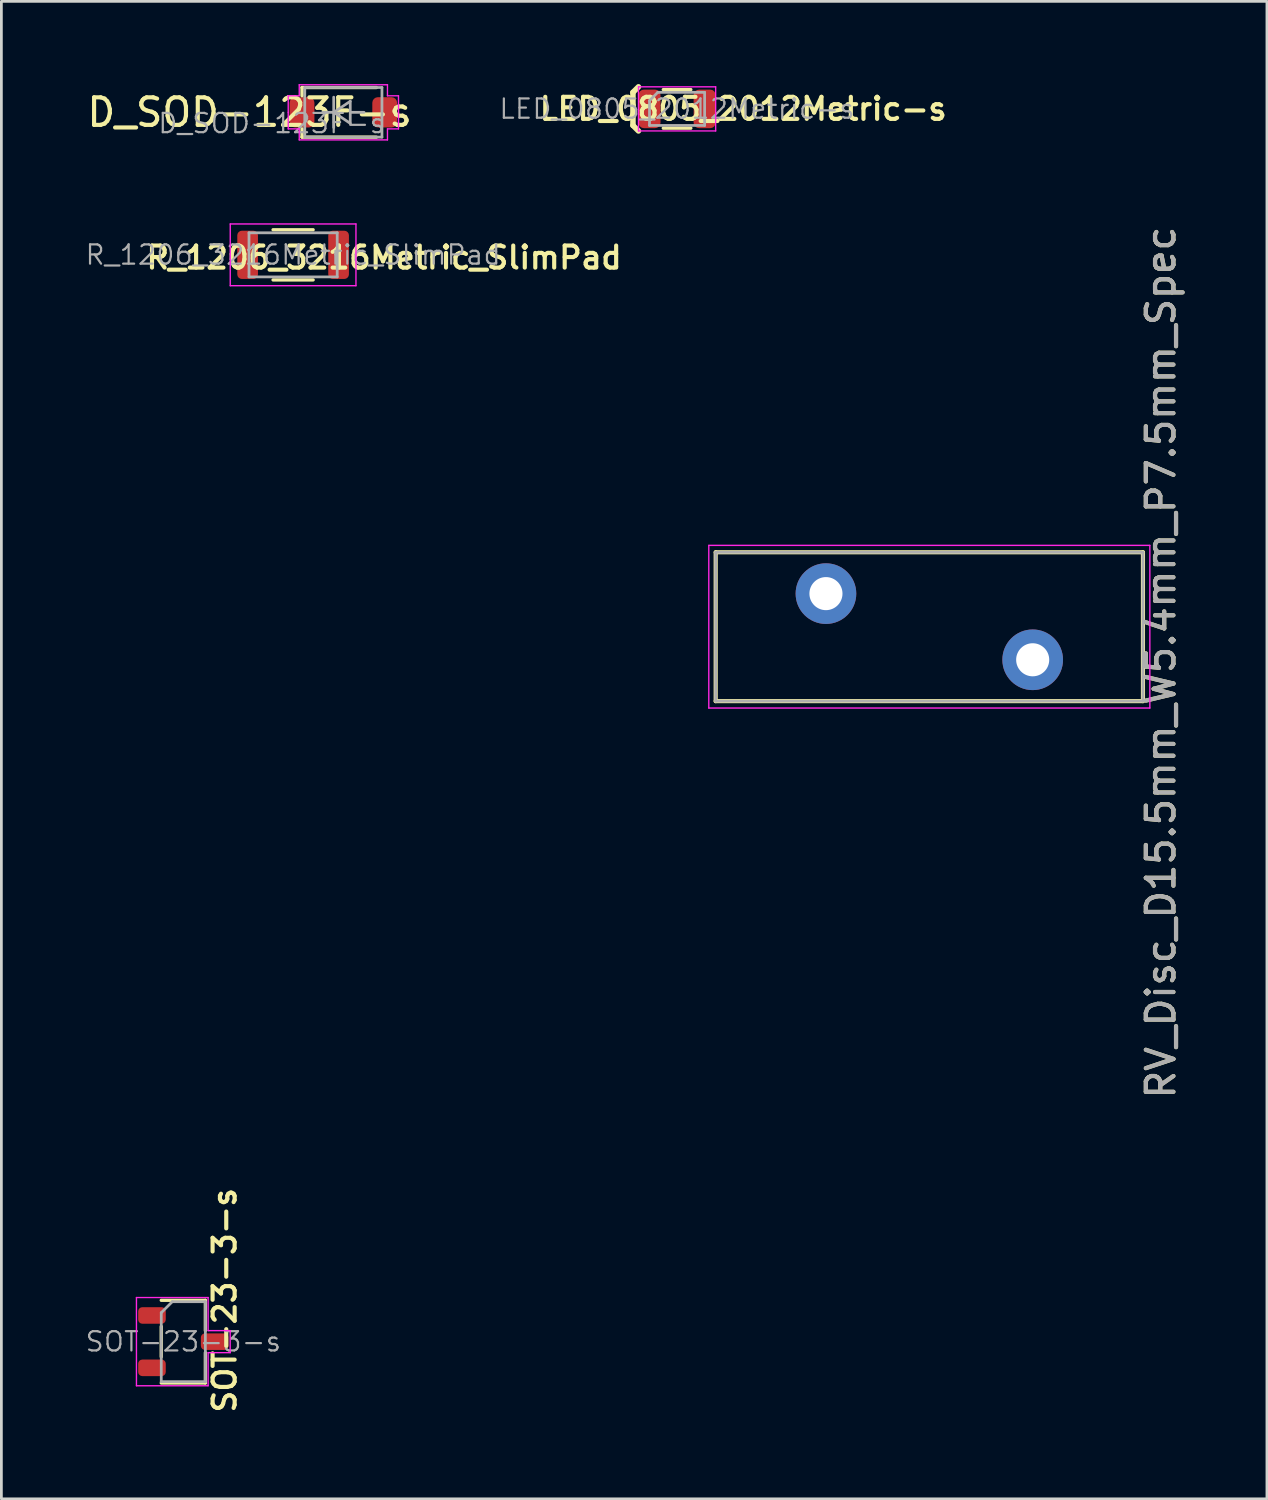
<source format=kicad_pcb>
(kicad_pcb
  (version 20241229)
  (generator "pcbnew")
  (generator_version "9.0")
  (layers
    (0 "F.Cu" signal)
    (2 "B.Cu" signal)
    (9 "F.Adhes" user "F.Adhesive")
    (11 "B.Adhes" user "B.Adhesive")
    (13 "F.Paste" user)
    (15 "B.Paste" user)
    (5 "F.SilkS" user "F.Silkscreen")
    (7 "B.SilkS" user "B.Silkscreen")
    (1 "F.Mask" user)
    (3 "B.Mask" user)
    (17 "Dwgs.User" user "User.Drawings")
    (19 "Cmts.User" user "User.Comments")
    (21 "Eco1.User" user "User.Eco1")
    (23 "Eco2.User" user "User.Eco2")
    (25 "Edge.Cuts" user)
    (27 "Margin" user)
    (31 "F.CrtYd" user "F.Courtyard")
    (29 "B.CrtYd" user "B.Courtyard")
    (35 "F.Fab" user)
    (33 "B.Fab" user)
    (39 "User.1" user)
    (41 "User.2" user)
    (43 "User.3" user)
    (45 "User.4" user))
  (footprint "D_SOD-123F-s"
    (layer "F.Cu")
    (at 9.406 1.025)
    (property "Reference" "D_SOD-123F-s" (at -3.4 0 0) (layer "F.SilkS") (effects (font (size 1 1) (thickness 0.15))))
    (attr smd)
    (fp_line (start -1.5 -0.9) (end -1.5 -0.6) (stroke (width 0.12) (type solid)) (layer "F.SilkS"))
    (fp_line (start -1.5 -0.9) (end 1.2 -0.9) (stroke (width 0.12) (type solid)) (layer "F.SilkS"))
    (fp_line (start -1.5 0.6) (end -1.5 0.9) (stroke (width 0.12) (type solid)) (layer "F.SilkS"))
    (fp_line (start -1.5 0.9) (end 1.2 0.9) (stroke (width 0.12) (type solid)) (layer "F.SilkS"))
    (fp_line (start -2 -0.6) (end -2 0) (stroke (width 0.05) (type solid)) (layer "F.CrtYd"))
    (fp_line (start -2 -0.6) (end -1.6 -0.6) (stroke (width 0.05) (type solid)) (layer "F.CrtYd"))
    (fp_line (start -2 0.6) (end -2 0) (stroke (width 0.05) (type solid)) (layer "F.CrtYd"))
    (fp_line (start -2 0.6) (end -1.6 0.6) (stroke (width 0.05) (type solid)) (layer "F.CrtYd"))
    (fp_line (start -1.6 -1) (end -1.6 -0.6) (stroke (width 0.05) (type solid)) (layer "F.CrtYd"))
    (fp_line (start -1.6 -1) (end 1.6 -1) (stroke (width 0.05) (type solid)) (layer "F.CrtYd"))
    (fp_line (start -1.6 1) (end -1.6 0.6) (stroke (width 0.05) (type solid)) (layer "F.CrtYd"))
    (fp_line (start -1.6 1) (end 1.6 1) (stroke (width 0.05) (type solid)) (layer "F.CrtYd"))
    (fp_line (start 1.6 -1) (end 1.6 -0.6) (stroke (width 0.05) (type solid)) (layer "F.CrtYd"))
    (fp_line (start 1.6 0.6) (end 1.6 1) (stroke (width 0.05) (type solid)) (layer "F.CrtYd"))
    (fp_line (start 2 -0.6) (end 1.6 -0.6) (stroke (width 0.05) (type solid)) (layer "F.CrtYd"))
    (fp_line (start 2 -0.6) (end 2 0) (stroke (width 0.05) (type solid)) (layer "F.CrtYd"))
    (fp_line (start 2 0.6) (end 1.6 0.6) (stroke (width 0.05) (type solid)) (layer "F.CrtYd"))
    (fp_line (start 2 0.6) (end 2 0) (stroke (width 0.05) (type solid)) (layer "F.CrtYd"))
    (fp_line (start -1.4 -0.9) (end 1.4 -0.9) (stroke (width 0.1) (type solid)) (layer "F.Fab"))
    (fp_line (start -1.4 0.9) (end -1.4 -0.9) (stroke (width 0.1) (type solid)) (layer "F.Fab"))
    (fp_line (start -0.75 0) (end -0.35 0) (stroke (width 0.1) (type solid)) (layer "F.Fab"))
    (fp_line (start -0.35 0) (end -0.35 -0.55) (stroke (width 0.1) (type solid)) (layer "F.Fab"))
    (fp_line (start -0.35 0) (end -0.35 0.55) (stroke (width 0.1) (type solid)) (layer "F.Fab"))
    (fp_line (start -0.35 0) (end 0.25 -0.4) (stroke (width 0.1) (type solid)) (layer "F.Fab"))
    (fp_line (start 0.25 -0.4) (end 0.25 0.4) (stroke (width 0.1) (type solid)) (layer "F.Fab"))
    (fp_line (start 0.25 0) (end 0.75 0) (stroke (width 0.1) (type solid)) (layer "F.Fab"))
    (fp_line (start 0.25 0.4) (end -0.35 0) (stroke (width 0.1) (type solid)) (layer "F.Fab"))
    (fp_line (start 1.4 -0.9) (end 1.4 0.9) (stroke (width 0.1) (type solid)) (layer "F.Fab"))
    (fp_line (start 1.4 0.9) (end -1.4 0.9) (stroke (width 0.1) (type solid)) (layer "F.Fab"))
    (fp_text user "${REFERENCE}" (at -2.6 0.4 0) (layer "F.Fab") (effects (font (size 0.7 0.7) (thickness 0.08))))
    (pad "1" smd roundrect (at -1.5 0 180) (size 0.9 1.1) (layers "F.Cu" "F.Mask" "F.Paste") (roundrect_rratio 0.227))
    (pad "2" smd roundrect (at 1.5 0 180) (size 0.9 1.1) (layers "F.Cu" "F.Mask" "F.Paste") (roundrect_rratio 0.227)))
  (footprint "SOT-23-3-s"
    (layer "F.Cu")
    (at 3.6 45.621)
    (property "Reference" "SOT-23-3-s" (at 1.5 -1.5 90) (layer "F.SilkS") (effects (font (size 0.8 0.8) (thickness 0.15))))
    (attr smd)
    (fp_line (start -0.8 -1.5) (end 0.8 -1.5) (stroke (width 0.12) (type solid)) (layer "F.SilkS"))
    (fp_line (start -0.8 0.55) (end -0.8 -0.55) (stroke (width 0.12) (type solid)) (layer "F.SilkS"))
    (fp_line (start -0.8 1.5) (end 0.8 1.5) (stroke (width 0.12) (type solid)) (layer "F.SilkS"))
    (fp_line (start 0.8 -0.4) (end 0.8 -1.5) (stroke (width 0.12) (type solid)) (layer "F.SilkS"))
    (fp_line (start 0.8 1.5) (end 0.8 0.4) (stroke (width 0.12) (type solid)) (layer "F.SilkS"))
    (fp_line (start -1.7 -1.6) (end -1.7 1.6) (stroke (width 0.05) (type solid)) (layer "F.CrtYd"))
    (fp_line (start -1.7 1.6) (end 0.9 1.6) (stroke (width 0.05) (type solid)) (layer "F.CrtYd"))
    (fp_line (start 0.9 -1.6) (end -1.7 -1.6) (stroke (width 0.05) (type solid)) (layer "F.CrtYd"))
    (fp_line (start 0.9 -0.4) (end 0.9 -1.6) (stroke (width 0.05) (type solid)) (layer "F.CrtYd"))
    (fp_line (start 0.9 0.4) (end 1.7 0.4) (stroke (width 0.05) (type solid)) (layer "F.CrtYd"))
    (fp_line (start 0.9 1.6) (end 0.9 0.4) (stroke (width 0.05) (type solid)) (layer "F.CrtYd"))
    (fp_line (start 1.7 -0.4) (end 0.9 -0.4) (stroke (width 0.05) (type solid)) (layer "F.CrtYd"))
    (fp_line (start 1.7 0.4) (end 1.7 -0.4) (stroke (width 0.05) (type solid)) (layer "F.CrtYd"))
    (fp_line (start -0.8 -1.05) (end -0.4 -1.45) (stroke (width 0.1) (type solid)) (layer "F.Fab"))
    (fp_line (start -0.8 1.45) (end -0.8 -1.05) (stroke (width 0.1) (type solid)) (layer "F.Fab"))
    (fp_line (start -0.4 -1.45) (end 0.8 -1.45) (stroke (width 0.1) (type solid)) (layer "F.Fab"))
    (fp_line (start 0.8 -1.45) (end 0.8 1.45) (stroke (width 0.1) (type solid)) (layer "F.Fab"))
    (fp_line (start 0.8 1.45) (end -0.8 1.45) (stroke (width 0.1) (type solid)) (layer "F.Fab"))
    (fp_text user "${REFERENCE}" (at 0 0 0) (layer "F.Fab") (effects (font (size 0.7 0.7) (thickness 0.08))))
    (pad "1" smd roundrect (at -1.137 -0.95 180) (size 1 0.6) (layers "F.Cu" "F.Mask" "F.Paste") (roundrect_rratio 0.25))
    (pad "2" smd roundrect (at -1.137 0.95 180) (size 1 0.6) (layers "F.Cu" "F.Mask" "F.Paste") (roundrect_rratio 0.25))
    (pad "3" smd roundrect (at 1.137 0 180) (size 1 0.6) (layers "F.Cu" "F.Mask" "F.Paste") (roundrect_rratio 0.25)))
  (footprint "LED_0805_2012Metric-s"
    (layer "F.Cu")
    (at 21.512 0.9)
    (property "Reference" "LED_0805_2012Metric-s" (at 2.4 0 0) (layer "F.SilkS") (effects (font (size 0.8 0.8) (thickness 0.15))))
    (attr smd)
    (fp_line (start -1.6 -0.6) (end -1.6 0.6) (stroke (width 0.2) (type solid)) (layer "F.SilkS"))
    (fp_line (start -1.6 -0.6) (end -1.4 -0.8) (stroke (width 0.2) (type solid)) (layer "F.SilkS"))
    (fp_line (start -1.4 0.8) (end -1.6 0.6) (stroke (width 0.2) (type solid)) (layer "F.SilkS"))
    (fp_line (start -0.5 0.7) (end 0.5 0.7) (stroke (width 0.12) (type solid)) (layer "F.SilkS"))
    (fp_line (start 0.5 -0.7) (end -0.5 -0.7) (stroke (width 0.12) (type solid)) (layer "F.SilkS"))
    (fp_line (start -1.4 -0.8) (end 1.4 -0.8) (stroke (width 0.05) (type solid)) (layer "F.CrtYd"))
    (fp_line (start -1.4 0.8) (end -1.4 -0.8) (stroke (width 0.05) (type solid)) (layer "F.CrtYd"))
    (fp_line (start 1.4 -0.8) (end 1.4 0.8) (stroke (width 0.05) (type solid)) (layer "F.CrtYd"))
    (fp_line (start 1.4 0.8) (end -1.4 0.8) (stroke (width 0.05) (type solid)) (layer "F.CrtYd"))
    (fp_line (start -1 -0.3) (end -1 0.6) (stroke (width 0.1) (type solid)) (layer "F.Fab"))
    (fp_line (start -1 0.6) (end 1 0.6) (stroke (width 0.1) (type solid)) (layer "F.Fab"))
    (fp_line (start -0.7 -0.6) (end -1 -0.3) (stroke (width 0.1) (type solid)) (layer "F.Fab"))
    (fp_line (start 1 -0.6) (end -0.7 -0.6) (stroke (width 0.1) (type solid)) (layer "F.Fab"))
    (fp_line (start 1 0.6) (end 1 -0.6) (stroke (width 0.1) (type solid)) (layer "F.Fab"))
    (fp_text user "${REFERENCE}" (at 0 0 0) (layer "F.Fab") (effects (font (size 0.7 0.7) (thickness 0.08))))
    (pad "1" smd roundrect (at -1 0 180) (size 0.8 1.4) (layers "F.Cu" "F.Mask" "F.Paste") (roundrect_rratio 0.25))
    (pad "2" smd roundrect (at 1 0 180) (size 0.8 1.4) (layers "F.Cu" "F.Mask" "F.Paste") (roundrect_rratio 0.25)))
  (footprint "R_1206_3216Metric_SlimPad"
    (layer "F.Cu")
    (at 7.583 6.195)
    (property "Reference" "R_1206_3216Metric_SlimPad" (at 3.3 0.1 0) (layer "F.SilkS") (effects (font (size 0.8 0.8) (thickness 0.15))))
    (attr smd)
    (fp_line (start -0.727 -0.91) (end 0.727 -0.91) (stroke (width 0.12) (type solid)) (layer "F.SilkS"))
    (fp_line (start -0.727 0.91) (end 0.727 0.91) (stroke (width 0.12) (type solid)) (layer "F.SilkS"))
    (fp_line (start -2.28 -1.12) (end 2.28 -1.12) (stroke (width 0.05) (type solid)) (layer "F.CrtYd"))
    (fp_line (start -2.28 1.12) (end -2.28 -1.12) (stroke (width 0.05) (type solid)) (layer "F.CrtYd"))
    (fp_line (start 2.28 -1.12) (end 2.28 1.12) (stroke (width 0.05) (type solid)) (layer "F.CrtYd"))
    (fp_line (start 2.28 1.12) (end -2.28 1.12) (stroke (width 0.05) (type solid)) (layer "F.CrtYd"))
    (fp_line (start -1.6 -0.8) (end 1.6 -0.8) (stroke (width 0.1) (type solid)) (layer "F.Fab"))
    (fp_line (start -1.6 0.8) (end -1.6 -0.8) (stroke (width 0.1) (type solid)) (layer "F.Fab"))
    (fp_line (start 1.6 -0.8) (end 1.6 0.8) (stroke (width 0.1) (type solid)) (layer "F.Fab"))
    (fp_line (start 1.6 0.8) (end -1.6 0.8) (stroke (width 0.1) (type solid)) (layer "F.Fab"))
    (fp_text user "${REFERENCE}" (at 0 0 0) (layer "F.Fab") (effects (font (size 0.7 0.7) (thickness 0.08))))
    (pad "1" smd roundrect (at -1.65 0 180) (size 0.75 1.75) (layers "F.Cu" "F.Mask" "F.Paste") (roundrect_rratio 0.222))
    (pad "2" smd roundrect (at 1.65 0 180) (size 0.75 1.75) (layers "F.Cu" "F.Mask" "F.Paste") (roundrect_rratio 0.222)))
  (footprint "RV_Disc_D15.5mm_W5.4mm_P7.5mm_Spec"
    (layer "F.Cu")
    (at 26.913 18.485)
    (property "Reference" "RV_Disc_D15.5mm_W5.4mm_P7.5mm_Spec" (at 12.15 2.5 270) (layer "F.SilkS") (effects (font (size 1 1) (thickness 0.15))))
    (attr through_hole)
    (fp_line (start -4 -1.5) (end -4 3.9) (stroke (width 0.15) (type solid)) (layer "F.SilkS"))
    (fp_line (start -4 -1.5) (end 11.5 -1.5) (stroke (width 0.15) (type solid)) (layer "F.SilkS"))
    (fp_line (start -4 3.9) (end 11.5 3.9) (stroke (width 0.15) (type solid)) (layer "F.SilkS"))
    (fp_line (start 11.5 -1.5) (end 11.5 3.9) (stroke (width 0.15) (type solid)) (layer "F.SilkS"))
    (fp_line (start -4.25 -1.75) (end -4.25 4.15) (stroke (width 0.05) (type solid)) (layer "F.CrtYd"))
    (fp_line (start -4.25 -1.75) (end 11.75 -1.75) (stroke (width 0.05) (type solid)) (layer "F.CrtYd"))
    (fp_line (start -4.25 4.15) (end 11.75 4.15) (stroke (width 0.05) (type solid)) (layer "F.CrtYd"))
    (fp_line (start 11.75 -1.75) (end 11.75 4.15) (stroke (width 0.05) (type solid)) (layer "F.CrtYd"))
    (fp_line (start -4 -1.5) (end -4 3.9) (stroke (width 0.1) (type solid)) (layer "F.Fab"))
    (fp_line (start -4 -1.5) (end 11.5 -1.5) (stroke (width 0.1) (type solid)) (layer "F.Fab"))
    (fp_line (start -4 3.9) (end 11.5 3.9) (stroke (width 0.1) (type solid)) (layer "F.Fab"))
    (fp_line (start 11.5 -1.5) (end 11.5 3.9) (stroke (width 0.1) (type solid)) (layer "F.Fab"))
    (fp_text user "${REFERENCE}" (at 12.15 2.5 90) (layer "F.Fab") (effects (font (size 1 1) (thickness 0.15))))
    (pad "1" thru_hole circle (at 0 0) (size 2.2 2.2) (drill 1.2) (layers "*.Cu" "*.Mask"))
    (pad "2" thru_hole circle (at 7.5 2.4) (size 2.2 2.2) (drill 1.2) (layers "*.Cu" "*.Mask")))
  (gr_rect
    (start -3 -3)
    (end 42.911 51.323)
    (stroke (width 0.1) (type default))
    (fill no)
    (layer "Edge.Cuts")))
</source>
